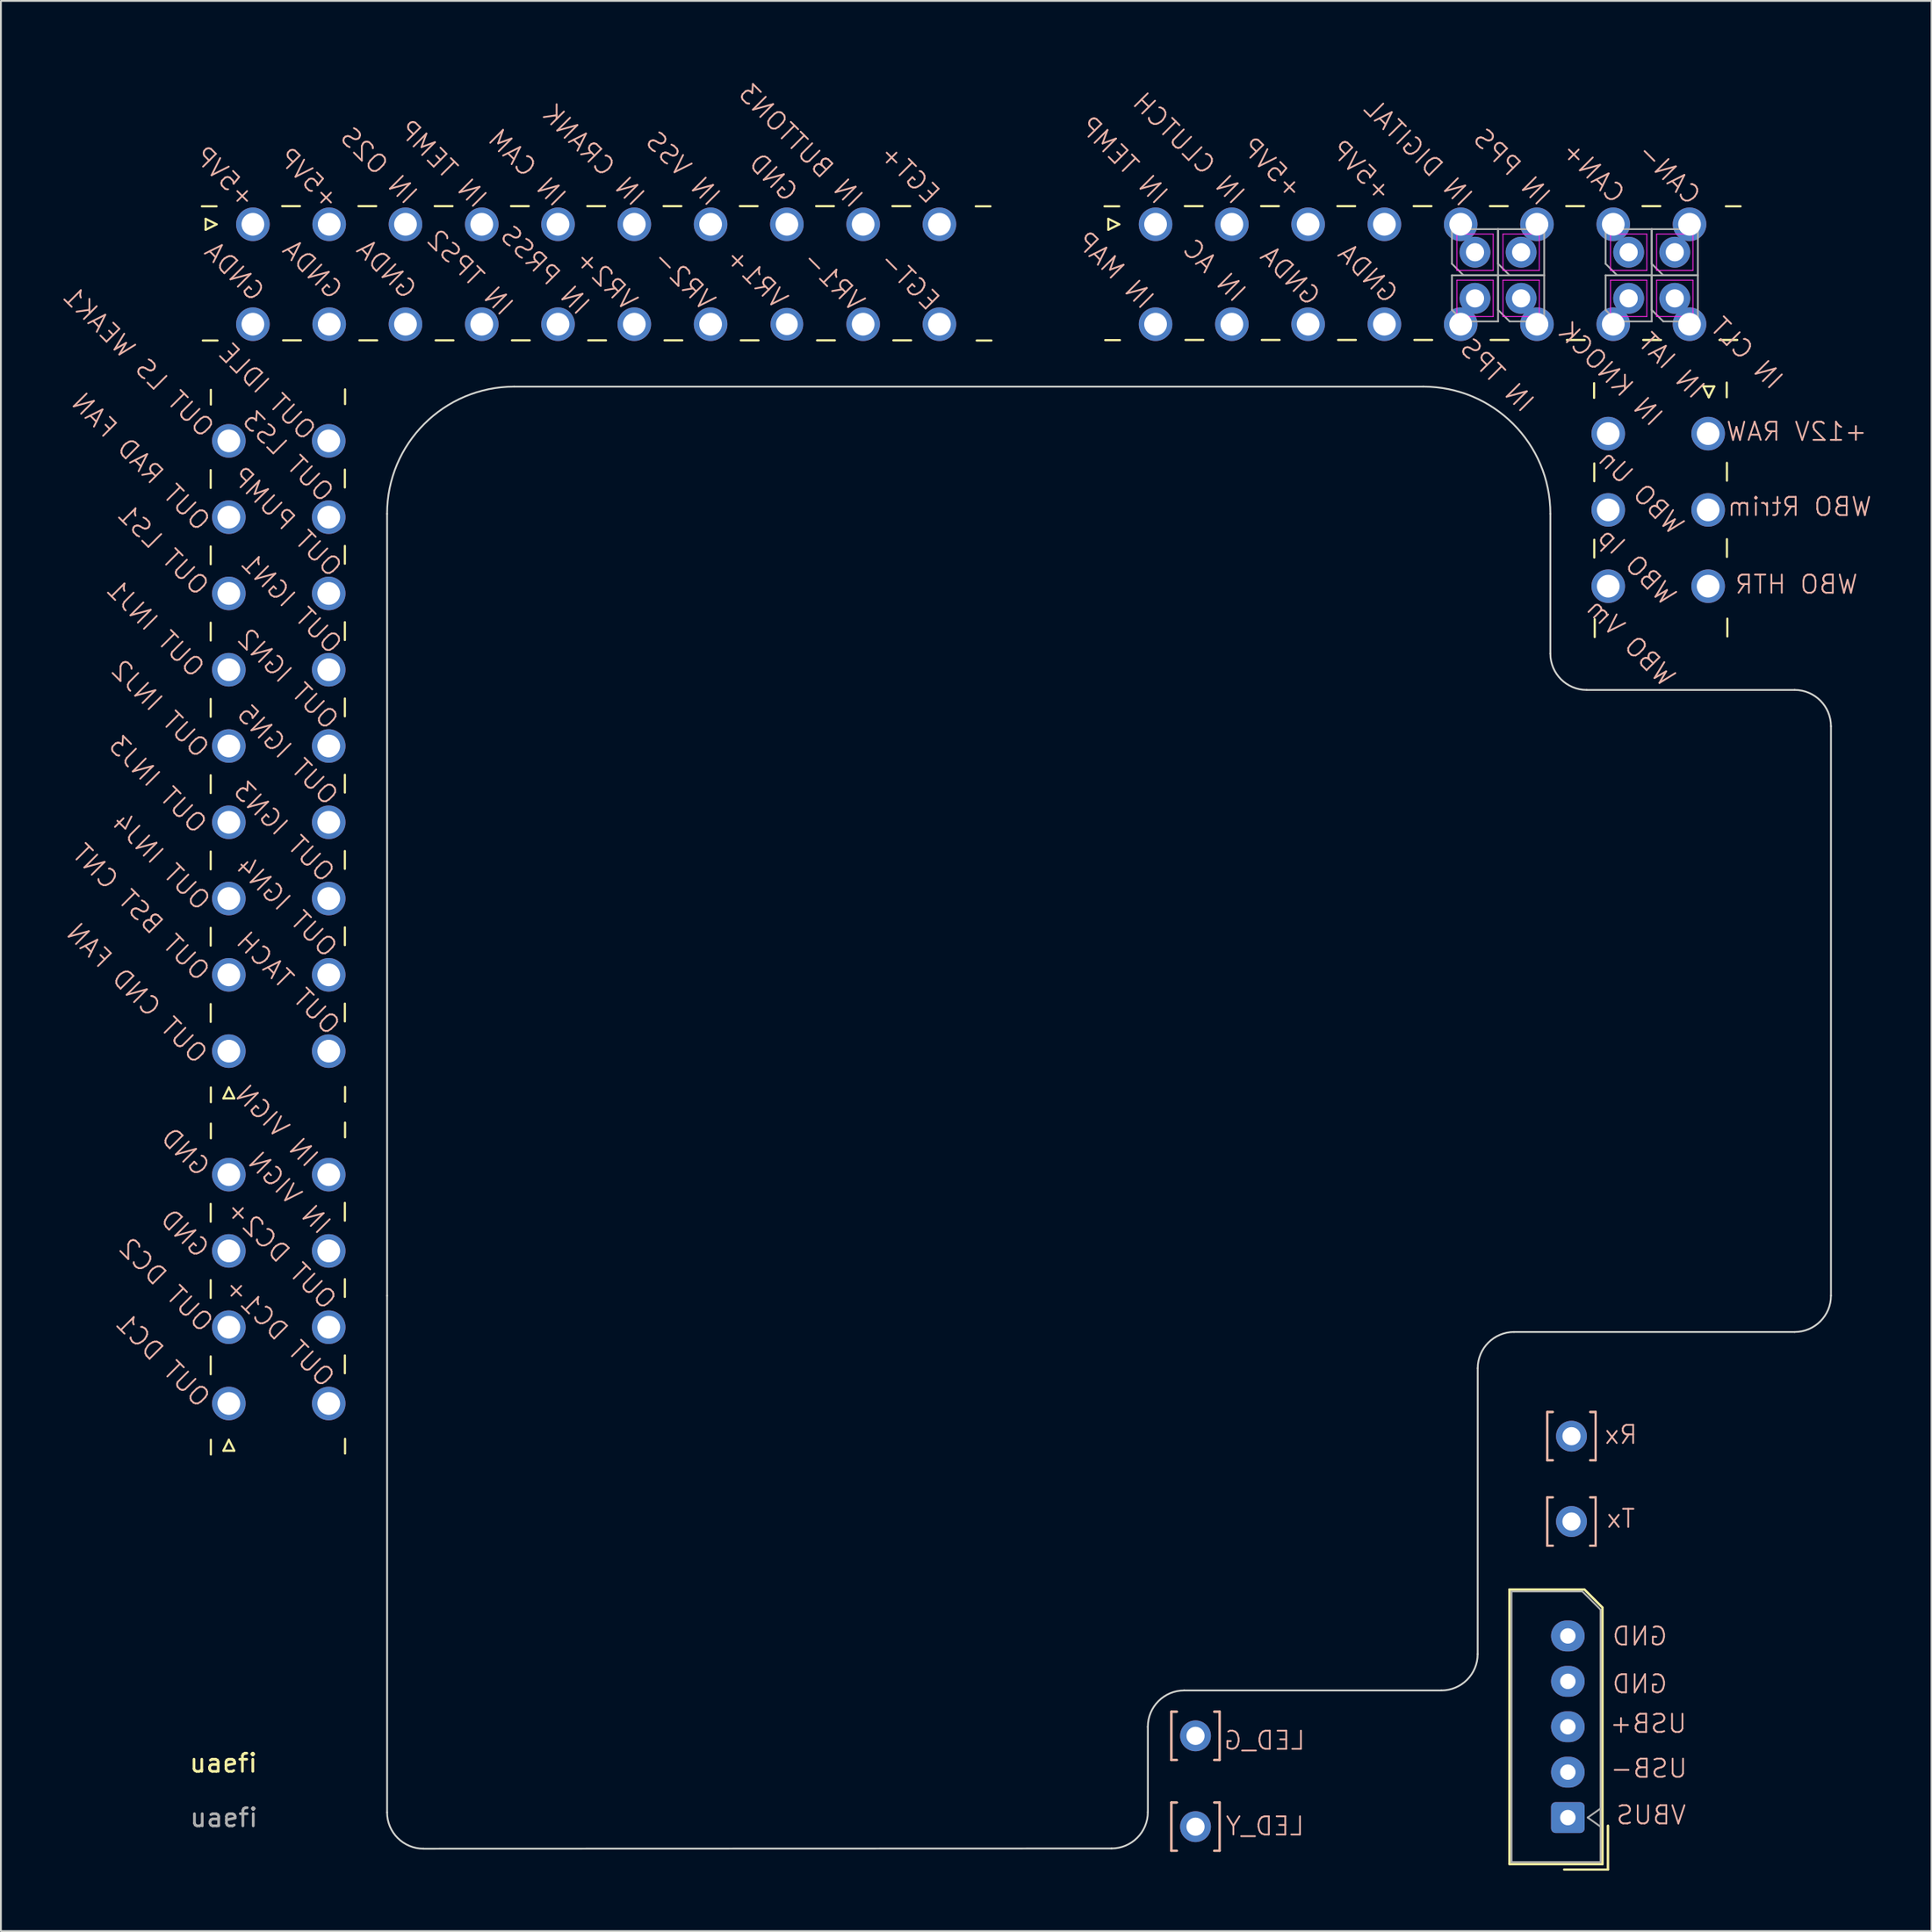
<source format=kicad_pcb>
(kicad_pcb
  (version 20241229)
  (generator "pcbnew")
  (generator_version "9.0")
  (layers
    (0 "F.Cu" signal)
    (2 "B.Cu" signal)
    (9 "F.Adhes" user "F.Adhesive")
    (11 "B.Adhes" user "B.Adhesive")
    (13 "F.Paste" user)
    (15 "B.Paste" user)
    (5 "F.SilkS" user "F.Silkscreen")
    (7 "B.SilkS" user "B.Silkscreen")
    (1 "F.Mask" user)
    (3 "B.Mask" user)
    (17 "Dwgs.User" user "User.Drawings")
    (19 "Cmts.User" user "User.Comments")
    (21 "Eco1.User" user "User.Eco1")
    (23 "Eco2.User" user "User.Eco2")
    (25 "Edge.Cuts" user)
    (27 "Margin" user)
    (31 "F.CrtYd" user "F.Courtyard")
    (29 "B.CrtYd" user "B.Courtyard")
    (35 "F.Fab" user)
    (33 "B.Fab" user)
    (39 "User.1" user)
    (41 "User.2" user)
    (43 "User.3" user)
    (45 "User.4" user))
  (footprint "uaefi"
    (layer "F.Cu")
    (at 0.25 100.025)
    (property "Reference" "uaefi" (at 9 -6 0) (unlocked yes) (layer "F.SilkS") (effects (font (size 1 1) (thickness 0.15))))
    (fp_line (start 8.025 -91.025) (end 8.625 -90.725) (stroke (width 0.12) (type solid)) (layer "F.SilkS"))
    (fp_line (start 8.025 -90.425) (end 8.025 -91.025) (stroke (width 0.12) (type solid)) (layer "F.SilkS"))
    (fp_line (start 8.3 -76.21) (end 8.3 -77.19) (stroke (width 0.12) (type solid)) (layer "F.SilkS"))
    (fp_line (start 8.3 -72.01) (end 8.3 -72.99) (stroke (width 0.12) (type solid)) (layer "F.SilkS"))
    (fp_line (start 8.3 -67.81) (end 8.3 -68.79) (stroke (width 0.12) (type solid)) (layer "F.SilkS"))
    (fp_line (start 8.3 -63.61) (end 8.3 -64.59) (stroke (width 0.12) (type solid)) (layer "F.SilkS"))
    (fp_line (start 8.3 -59.41) (end 8.3 -60.39) (stroke (width 0.12) (type solid)) (layer "F.SilkS"))
    (fp_line (start 8.3 -55.21) (end 8.3 -56.19) (stroke (width 0.12) (type solid)) (layer "F.SilkS"))
    (fp_line (start 8.3 -51.01) (end 8.3 -51.99) (stroke (width 0.12) (type solid)) (layer "F.SilkS"))
    (fp_line (start 8.3 -46.81) (end 8.3 -47.79) (stroke (width 0.12) (type solid)) (layer "F.SilkS"))
    (fp_line (start 8.3 -35.81) (end 8.3 -36.79) (stroke (width 0.12) (type solid)) (layer "F.SilkS"))
    (fp_line (start 8.3 -31.61) (end 8.3 -32.59) (stroke (width 0.12) (type solid)) (layer "F.SilkS"))
    (fp_line (start 8.3 -27.41) (end 8.3 -28.39) (stroke (width 0.12) (type solid)) (layer "F.SilkS"))
    (fp_line (start 8.31 -80.8) (end 8.31 -81.61) (stroke (width 0.12) (type solid)) (layer "F.SilkS"))
    (fp_line (start 8.31 -43.2) (end 8.31 -42.39) (stroke (width 0.12) (type solid)) (layer "F.SilkS"))
    (fp_line (start 8.31 -40.4) (end 8.31 -41.21) (stroke (width 0.12) (type solid)) (layer "F.SilkS"))
    (fp_line (start 8.31 -23.8) (end 8.31 -22.99) (stroke (width 0.12) (type solid)) (layer "F.SilkS"))
    (fp_line (start 8.625 -91.715) (end 7.815 -91.715) (stroke (width 0.12) (type solid)) (layer "F.SilkS"))
    (fp_line (start 8.625 -90.725) (end 8.025 -90.425) (stroke (width 0.12) (type solid)) (layer "F.SilkS"))
    (fp_line (start 8.677 -84.326) (end 7.867 -84.326) (stroke (width 0.12) (type solid)) (layer "F.SilkS"))
    (fp_line (start 9 -42.6) (end 9.3 -43.2) (stroke (width 0.12) (type solid)) (layer "F.SilkS"))
    (fp_line (start 9 -23.2) (end 9.3 -23.8) (stroke (width 0.12) (type solid)) (layer "F.SilkS"))
    (fp_line (start 9.3 -43.2) (end 9.6 -42.6) (stroke (width 0.12) (type solid)) (layer "F.SilkS"))
    (fp_line (start 9.3 -23.8) (end 9.6 -23.2) (stroke (width 0.12) (type solid)) (layer "F.SilkS"))
    (fp_line (start 9.6 -42.6) (end 9 -42.6) (stroke (width 0.12) (type solid)) (layer "F.SilkS"))
    (fp_line (start 9.6 -23.2) (end 9 -23.2) (stroke (width 0.12) (type solid)) (layer "F.SilkS"))
    (fp_line (start 12.235 -91.725) (end 13.215 -91.725) (stroke (width 0.12) (type solid)) (layer "F.SilkS"))
    (fp_line (start 12.287 -84.336) (end 13.267 -84.336) (stroke (width 0.12) (type solid)) (layer "F.SilkS"))
    (fp_line (start 15.689 -35.864) (end 15.689 -36.844) (stroke (width 0.12) (type solid)) (layer "F.SilkS"))
    (fp_line (start 15.689 -31.664) (end 15.689 -32.644) (stroke (width 0.12) (type solid)) (layer "F.SilkS"))
    (fp_line (start 15.689 -27.464) (end 15.689 -28.444) (stroke (width 0.12) (type solid)) (layer "F.SilkS"))
    (fp_line (start 15.689 -76.236) (end 15.689 -77.216) (stroke (width 0.12) (type solid)) (layer "F.SilkS"))
    (fp_line (start 15.689 -72.036) (end 15.689 -73.016) (stroke (width 0.12) (type solid)) (layer "F.SilkS"))
    (fp_line (start 15.689 -67.836) (end 15.689 -68.816) (stroke (width 0.12) (type solid)) (layer "F.SilkS"))
    (fp_line (start 15.689 -63.636) (end 15.689 -64.616) (stroke (width 0.12) (type solid)) (layer "F.SilkS"))
    (fp_line (start 15.689 -59.436) (end 15.689 -60.416) (stroke (width 0.12) (type solid)) (layer "F.SilkS"))
    (fp_line (start 15.689 -55.236) (end 15.689 -56.216) (stroke (width 0.12) (type solid)) (layer "F.SilkS"))
    (fp_line (start 15.689 -51.036) (end 15.689 -52.016) (stroke (width 0.12) (type solid)) (layer "F.SilkS"))
    (fp_line (start 15.689 -46.836) (end 15.689 -47.816) (stroke (width 0.12) (type solid)) (layer "F.SilkS"))
    (fp_line (start 15.699 -40.454) (end 15.699 -41.264) (stroke (width 0.12) (type solid)) (layer "F.SilkS"))
    (fp_line (start 15.699 -23.854) (end 15.699 -23.044) (stroke (width 0.12) (type solid)) (layer "F.SilkS"))
    (fp_line (start 15.699 -80.826) (end 15.699 -81.636) (stroke (width 0.12) (type solid)) (layer "F.SilkS"))
    (fp_line (start 15.699 -43.226) (end 15.699 -42.416) (stroke (width 0.12) (type solid)) (layer "F.SilkS"))
    (fp_line (start 16.435 -91.725) (end 17.415 -91.725) (stroke (width 0.12) (type solid)) (layer "F.SilkS"))
    (fp_line (start 16.487 -84.336) (end 17.467 -84.336) (stroke (width 0.12) (type solid)) (layer "F.SilkS"))
    (fp_line (start 20.635 -91.725) (end 21.615 -91.725) (stroke (width 0.12) (type solid)) (layer "F.SilkS"))
    (fp_line (start 20.687 -84.336) (end 21.667 -84.336) (stroke (width 0.12) (type solid)) (layer "F.SilkS"))
    (fp_line (start 24.835 -91.725) (end 25.815 -91.725) (stroke (width 0.12) (type solid)) (layer "F.SilkS"))
    (fp_line (start 24.887 -84.336) (end 25.867 -84.336) (stroke (width 0.12) (type solid)) (layer "F.SilkS"))
    (fp_line (start 29.035 -91.725) (end 30.015 -91.725) (stroke (width 0.12) (type solid)) (layer "F.SilkS"))
    (fp_line (start 29.087 -84.336) (end 30.067 -84.336) (stroke (width 0.12) (type solid)) (layer "F.SilkS"))
    (fp_line (start 33.235 -91.725) (end 34.215 -91.725) (stroke (width 0.12) (type solid)) (layer "F.SilkS"))
    (fp_line (start 33.287 -84.336) (end 34.267 -84.336) (stroke (width 0.12) (type solid)) (layer "F.SilkS"))
    (fp_line (start 37.435 -91.725) (end 38.415 -91.725) (stroke (width 0.12) (type solid)) (layer "F.SilkS"))
    (fp_line (start 37.487 -84.336) (end 38.467 -84.336) (stroke (width 0.12) (type solid)) (layer "F.SilkS"))
    (fp_line (start 41.635 -91.725) (end 42.615 -91.725) (stroke (width 0.12) (type solid)) (layer "F.SilkS"))
    (fp_line (start 41.687 -84.336) (end 42.667 -84.336) (stroke (width 0.12) (type solid)) (layer "F.SilkS"))
    (fp_line (start 45.835 -91.725) (end 46.815 -91.725) (stroke (width 0.12) (type solid)) (layer "F.SilkS"))
    (fp_line (start 45.887 -84.336) (end 46.867 -84.336) (stroke (width 0.12) (type solid)) (layer "F.SilkS"))
    (fp_line (start 50.425 -91.715) (end 51.235 -91.715) (stroke (width 0.12) (type solid)) (layer "F.SilkS"))
    (fp_line (start 50.477 -84.326) (end 51.287 -84.326) (stroke (width 0.12) (type solid)) (layer "F.SilkS"))
    (fp_line (start 57.725 -91.025) (end 58.325 -90.725) (stroke (width 0.12) (type solid)) (layer "F.SilkS"))
    (fp_line (start 57.725 -90.425) (end 57.725 -91.025) (stroke (width 0.12) (type solid)) (layer "F.SilkS"))
    (fp_line (start 58.325 -91.715) (end 57.515 -91.715) (stroke (width 0.12) (type solid)) (layer "F.SilkS"))
    (fp_line (start 58.325 -90.725) (end 57.725 -90.425) (stroke (width 0.12) (type solid)) (layer "F.SilkS"))
    (fp_line (start 58.364 -84.348) (end 57.554 -84.348) (stroke (width 0.12) (type solid)) (layer "F.SilkS"))
    (fp_line (start 61.195 -8.83) (end 61.195 -6.17) (stroke (width 0.12) (type solid)) (layer "F.SilkS"))
    (fp_line (start 61.195 -3.83) (end 61.195 -1.17) (stroke (width 0.12) (type solid)) (layer "F.SilkS"))
    (fp_line (start 61.49 -6.17) (end 61.195 -6.17) (stroke (width 0.12) (type solid)) (layer "F.SilkS"))
    (fp_line (start 61.49 -1.17) (end 61.195 -1.17) (stroke (width 0.12) (type solid)) (layer "F.SilkS"))
    (fp_line (start 61.501 -8.83) (end 61.195 -8.83) (stroke (width 0.12) (type solid)) (layer "F.SilkS"))
    (fp_line (start 61.501 -3.83) (end 61.195 -3.83) (stroke (width 0.12) (type solid)) (layer "F.SilkS"))
    (fp_line (start 61.935 -91.725) (end 62.915 -91.725) (stroke (width 0.12) (type solid)) (layer "F.SilkS"))
    (fp_line (start 61.974 -84.358) (end 62.954 -84.358) (stroke (width 0.12) (type solid)) (layer "F.SilkS"))
    (fp_line (start 63.549 -6.17) (end 63.855 -6.17) (stroke (width 0.12) (type solid)) (layer "F.SilkS"))
    (fp_line (start 63.549 -1.17) (end 63.855 -1.17) (stroke (width 0.12) (type solid)) (layer "F.SilkS"))
    (fp_line (start 63.561 -8.83) (end 63.855 -8.83) (stroke (width 0.12) (type solid)) (layer "F.SilkS"))
    (fp_line (start 63.561 -3.83) (end 63.855 -3.83) (stroke (width 0.12) (type solid)) (layer "F.SilkS"))
    (fp_line (start 63.855 -6.17) (end 63.855 -8.83) (stroke (width 0.12) (type solid)) (layer "F.SilkS"))
    (fp_line (start 63.855 -1.17) (end 63.855 -3.83) (stroke (width 0.12) (type solid)) (layer "F.SilkS"))
    (fp_line (start 66.135 -91.725) (end 67.115 -91.725) (stroke (width 0.12) (type solid)) (layer "F.SilkS"))
    (fp_line (start 66.174 -84.358) (end 67.154 -84.358) (stroke (width 0.12) (type solid)) (layer "F.SilkS"))
    (fp_line (start 70.335 -91.725) (end 71.315 -91.725) (stroke (width 0.12) (type solid)) (layer "F.SilkS"))
    (fp_line (start 70.374 -84.358) (end 71.354 -84.358) (stroke (width 0.12) (type solid)) (layer "F.SilkS"))
    (fp_line (start 74.535 -91.725) (end 75.515 -91.725) (stroke (width 0.12) (type solid)) (layer "F.SilkS"))
    (fp_line (start 74.574 -84.358) (end 75.554 -84.358) (stroke (width 0.12) (type solid)) (layer "F.SilkS"))
    (fp_line (start 78.735 -91.725) (end 79.715 -91.725) (stroke (width 0.12) (type solid)) (layer "F.SilkS"))
    (fp_line (start 78.774 -84.358) (end 79.754 -84.358) (stroke (width 0.12) (type solid)) (layer "F.SilkS"))
    (fp_line (start 79.815 -15.56) (end 79.815 -0.44) (stroke (width 0.12) (type solid)) (layer "F.SilkS"))
    (fp_line (start 79.815 -15.56) (end 79.815 -0.44) (stroke (width 0.12) (type solid)) (layer "F.SilkS"))
    (fp_line (start 79.815 -0.44) (end 84.935 -0.44) (stroke (width 0.12) (type solid)) (layer "F.SilkS"))
    (fp_line (start 79.815 -0.44) (end 84.935 -0.44) (stroke (width 0.12) (type solid)) (layer "F.SilkS"))
    (fp_line (start 81.895 -25.33) (end 81.895 -22.67) (stroke (width 0.12) (type solid)) (layer "F.SilkS"))
    (fp_line (start 81.895 -20.63) (end 81.895 -17.97) (stroke (width 0.12) (type solid)) (layer "F.SilkS"))
    (fp_line (start 82.19 -22.67) (end 81.895 -22.67) (stroke (width 0.12) (type solid)) (layer "F.SilkS"))
    (fp_line (start 82.19 -17.97) (end 81.895 -17.97) (stroke (width 0.12) (type solid)) (layer "F.SilkS"))
    (fp_line (start 82.201 -25.33) (end 81.895 -25.33) (stroke (width 0.12) (type solid)) (layer "F.SilkS"))
    (fp_line (start 82.201 -20.63) (end 81.895 -20.63) (stroke (width 0.12) (type solid)) (layer "F.SilkS"))
    (fp_line (start 82.825 -0.14) (end 85.235 -0.14) (stroke (width 0.12) (type solid)) (layer "F.SilkS"))
    (fp_line (start 82.825 -0.14) (end 85.235 -0.14) (stroke (width 0.12) (type solid)) (layer "F.SilkS"))
    (fp_line (start 82.935 -91.725) (end 83.915 -91.725) (stroke (width 0.12) (type solid)) (layer "F.SilkS"))
    (fp_line (start 82.974 -84.358) (end 83.954 -84.358) (stroke (width 0.12) (type solid)) (layer "F.SilkS"))
    (fp_line (start 83.935 -15.56) (end 79.815 -15.56) (stroke (width 0.12) (type solid)) (layer "F.SilkS"))
    (fp_line (start 83.935 -15.56) (end 79.815 -15.56) (stroke (width 0.12) (type solid)) (layer "F.SilkS"))
    (fp_line (start 84.249 -22.67) (end 84.555 -22.67) (stroke (width 0.12) (type solid)) (layer "F.SilkS"))
    (fp_line (start 84.249 -17.97) (end 84.555 -17.97) (stroke (width 0.12) (type solid)) (layer "F.SilkS"))
    (fp_line (start 84.261 -25.33) (end 84.555 -25.33) (stroke (width 0.12) (type solid)) (layer "F.SilkS"))
    (fp_line (start 84.261 -20.63) (end 84.555 -20.63) (stroke (width 0.12) (type solid)) (layer "F.SilkS"))
    (fp_line (start 84.47 -81.168) (end 84.47 -81.978) (stroke (width 0.12) (type solid)) (layer "F.SilkS"))
    (fp_line (start 84.48 -77.558) (end 84.48 -76.578) (stroke (width 0.12) (type solid)) (layer "F.SilkS"))
    (fp_line (start 84.48 -73.358) (end 84.48 -72.378) (stroke (width 0.12) (type solid)) (layer "F.SilkS"))
    (fp_line (start 84.504 -68) (end 84.504 -68.98) (stroke (width 0.12) (type solid)) (layer "F.SilkS"))
    (fp_line (start 84.555 -22.67) (end 84.555 -25.33) (stroke (width 0.12) (type solid)) (layer "F.SilkS"))
    (fp_line (start 84.555 -17.97) (end 84.555 -20.63) (stroke (width 0.12) (type solid)) (layer "F.SilkS"))
    (fp_line (start 84.935 -14.56) (end 83.935 -15.56) (stroke (width 0.12) (type solid)) (layer "F.SilkS"))
    (fp_line (start 84.935 -14.56) (end 83.935 -15.56) (stroke (width 0.12) (type solid)) (layer "F.SilkS"))
    (fp_line (start 84.935 -0.44) (end 84.935 -14.56) (stroke (width 0.12) (type solid)) (layer "F.SilkS"))
    (fp_line (start 84.935 -0.44) (end 84.935 -14.56) (stroke (width 0.12) (type solid)) (layer "F.SilkS"))
    (fp_line (start 85.235 -0.14) (end 85.235 -2.55) (stroke (width 0.12) (type solid)) (layer "F.SilkS"))
    (fp_line (start 85.235 -0.14) (end 85.235 -2.55) (stroke (width 0.12) (type solid)) (layer "F.SilkS"))
    (fp_line (start 87.135 -91.725) (end 88.115 -91.725) (stroke (width 0.12) (type solid)) (layer "F.SilkS"))
    (fp_line (start 87.174 -84.358) (end 88.154 -84.358) (stroke (width 0.12) (type solid)) (layer "F.SilkS"))
    (fp_line (start 90.484 -81.8) (end 91.084 -81.8) (stroke (width 0.12) (type solid)) (layer "F.SilkS"))
    (fp_line (start 90.784 -81.2) (end 90.484 -81.8) (stroke (width 0.12) (type solid)) (layer "F.SilkS"))
    (fp_line (start 91.084 -81.8) (end 90.784 -81.2) (stroke (width 0.12) (type solid)) (layer "F.SilkS"))
    (fp_line (start 91.374 -84.358) (end 92.354 -84.358) (stroke (width 0.12) (type solid)) (layer "F.SilkS"))
    (fp_line (start 91.725 -91.715) (end 92.535 -91.715) (stroke (width 0.12) (type solid)) (layer "F.SilkS"))
    (fp_line (start 91.774 -81.2) (end 91.774 -82.01) (stroke (width 0.12) (type solid)) (layer "F.SilkS"))
    (fp_line (start 91.784 -77.59) (end 91.784 -76.61) (stroke (width 0.12) (type solid)) (layer "F.SilkS"))
    (fp_line (start 91.784 -73.39) (end 91.784 -72.41) (stroke (width 0.12) (type solid)) (layer "F.SilkS"))
    (fp_line (start 91.808 -68.032) (end 91.808 -69.012) (stroke (width 0.12) (type solid)) (layer "F.SilkS"))
    (fp_line (start 61.195 -6.17) (end 61.195 -8.83) (stroke (width 0.12) (type solid)) (layer "B.SilkS"))
    (fp_line (start 61.195 -1.17) (end 61.195 -3.83) (stroke (width 0.12) (type solid)) (layer "B.SilkS"))
    (fp_line (start 61.49 -8.83) (end 61.195 -8.83) (stroke (width 0.12) (type solid)) (layer "B.SilkS"))
    (fp_line (start 61.49 -3.83) (end 61.195 -3.83) (stroke (width 0.12) (type solid)) (layer "B.SilkS"))
    (fp_line (start 61.501 -6.17) (end 61.195 -6.17) (stroke (width 0.12) (type solid)) (layer "B.SilkS"))
    (fp_line (start 61.501 -1.17) (end 61.195 -1.17) (stroke (width 0.12) (type solid)) (layer "B.SilkS"))
    (fp_line (start 63.549 -8.83) (end 63.855 -8.83) (stroke (width 0.12) (type solid)) (layer "B.SilkS"))
    (fp_line (start 63.549 -3.83) (end 63.855 -3.83) (stroke (width 0.12) (type solid)) (layer "B.SilkS"))
    (fp_line (start 63.561 -6.17) (end 63.855 -6.17) (stroke (width 0.12) (type solid)) (layer "B.SilkS"))
    (fp_line (start 63.561 -1.17) (end 63.855 -1.17) (stroke (width 0.12) (type solid)) (layer "B.SilkS"))
    (fp_line (start 63.855 -8.83) (end 63.855 -6.17) (stroke (width 0.12) (type solid)) (layer "B.SilkS"))
    (fp_line (start 63.855 -3.83) (end 63.855 -1.17) (stroke (width 0.12) (type solid)) (layer "B.SilkS"))
    (fp_line (start 81.895 -22.67) (end 81.895 -25.33) (stroke (width 0.12) (type solid)) (layer "B.SilkS"))
    (fp_line (start 81.895 -17.97) (end 81.895 -20.63) (stroke (width 0.12) (type solid)) (layer "B.SilkS"))
    (fp_line (start 82.19 -25.33) (end 81.895 -25.33) (stroke (width 0.12) (type solid)) (layer "B.SilkS"))
    (fp_line (start 82.19 -20.63) (end 81.895 -20.63) (stroke (width 0.12) (type solid)) (layer "B.SilkS"))
    (fp_line (start 82.201 -22.67) (end 81.895 -22.67) (stroke (width 0.12) (type solid)) (layer "B.SilkS"))
    (fp_line (start 82.201 -17.97) (end 81.895 -17.97) (stroke (width 0.12) (type solid)) (layer "B.SilkS"))
    (fp_line (start 84.249 -25.33) (end 84.555 -25.33) (stroke (width 0.12) (type solid)) (layer "B.SilkS"))
    (fp_line (start 84.249 -20.63) (end 84.555 -20.63) (stroke (width 0.12) (type solid)) (layer "B.SilkS"))
    (fp_line (start 84.261 -22.67) (end 84.555 -22.67) (stroke (width 0.12) (type solid)) (layer "B.SilkS"))
    (fp_line (start 84.261 -17.97) (end 84.555 -17.97) (stroke (width 0.12) (type solid)) (layer "B.SilkS"))
    (fp_line (start 84.555 -25.33) (end 84.555 -22.67) (stroke (width 0.12) (type solid)) (layer "B.SilkS"))
    (fp_line (start 84.555 -20.63) (end 84.555 -17.97) (stroke (width 0.12) (type solid)) (layer "B.SilkS"))
    (fp_line (start 18.013 -31.737) (end 18.013 -74.787) (stroke (width 0.1) (type default)) (layer "Edge.Cuts"))
    (fp_line (start 18.013 -31.737) (end 18.013 -3.287) (stroke (width 0.1) (type default)) (layer "Edge.Cuts"))
    (fp_line (start 57.9 -1.3) (end 20.013 -1.287) (stroke (width 0.1) (type default)) (layer "Edge.Cuts"))
    (fp_line (start 59.9 -3.3) (end 59.9 -8) (stroke (width 0.1) (type default)) (layer "Edge.Cuts"))
    (fp_line (start 61.9 -10) (end 76.06 -10) (stroke (width 0.1) (type default)) (layer "Edge.Cuts"))
    (fp_line (start 75.063 -81.787) (end 25.013 -81.787) (stroke (width 0.1) (type default)) (layer "Edge.Cuts"))
    (fp_line (start 78.063 -27.737) (end 78.06 -12) (stroke (width 0.1) (type default)) (layer "Edge.Cuts"))
    (fp_line (start 80.063 -29.737) (end 95.513 -29.737) (stroke (width 0.1) (type default)) (layer "Edge.Cuts"))
    (fp_line (start 82.063 -74.787) (end 82.063 -67.087) (stroke (width 0.1) (type default)) (layer "Edge.Cuts"))
    (fp_line (start 95.513 -65.087) (end 84.063 -65.087) (stroke (width 0.1) (type default)) (layer "Edge.Cuts"))
    (fp_line (start 97.513 -31.737) (end 97.513 -63.087) (stroke (width 0.1) (type default)) (layer "Edge.Cuts"))
    (fp_arc (start 18.012562 -74.787438) (mid 20.062815 -79.737185) (end 25.012563 -81.787437) (stroke (width 0.1) (type solid)) (layer "Edge.Cuts"))
    (fp_arc (start 20.012563 -1.287437) (mid 18.59835 -1.873224) (end 18.012563 -3.287437) (stroke (width 0.1) (type default)) (layer "Edge.Cuts"))
    (fp_arc (start 59.899911 -8.00008) (mid 60.485719 -9.414272) (end 61.899911 -10.00008) (stroke (width 0.1) (type default)) (layer "Edge.Cuts"))
    (fp_arc (start 59.9 -3.3) (mid 59.314192 -1.885808) (end 57.9 -1.3) (stroke (width 0.1) (type default)) (layer "Edge.Cuts"))
    (fp_arc (start 75.062815 -81.787437) (mid 80.012612 -79.73722) (end 82.062814 -74.787436) (stroke (width 0.1) (type solid)) (layer "Edge.Cuts"))
    (fp_arc (start 78.060074 -11.999926) (mid 77.474266 -10.585734) (end 76.060074 -9.999926) (stroke (width 0.1) (type default)) (layer "Edge.Cuts"))
    (fp_arc (start 78.062811 -27.73718) (mid 78.648619 -29.151383) (end 80.062811 -29.73718) (stroke (width 0.1) (type default)) (layer "Edge.Cuts"))
    (fp_arc (start 84.062814 -65.087437) (mid 82.648592 -65.673201) (end 82.062814 -67.087437) (stroke (width 0.1) (type default)) (layer "Edge.Cuts"))
    (fp_arc (start 95.512563 -65.087437) (mid 96.926766 -64.50164) (end 97.512563 -63.087437) (stroke (width 0.1) (type default)) (layer "Edge.Cuts"))
    (fp_arc (start 97.512563 -31.73718) (mid 96.926801 -30.322937) (end 95.512563 -29.73718) (stroke (width 0.1) (type default)) (layer "Edge.Cuts"))
    (fp_line (start 76.913 -90.187) (end 76.913 -88.187) (stroke (width 0.05) (type solid)) (layer "F.CrtYd"))
    (fp_line (start 76.913 -88.187) (end 78.913 -88.187) (stroke (width 0.05) (type solid)) (layer "F.CrtYd"))
    (fp_line (start 76.913 -87.647) (end 76.913 -85.647) (stroke (width 0.05) (type solid)) (layer "F.CrtYd"))
    (fp_line (start 76.913 -85.647) (end 78.913 -85.647) (stroke (width 0.05) (type solid)) (layer "F.CrtYd"))
    (fp_line (start 78.913 -90.187) (end 76.913 -90.187) (stroke (width 0.05) (type solid)) (layer "F.CrtYd"))
    (fp_line (start 78.913 -88.187) (end 78.913 -90.187) (stroke (width 0.05) (type solid)) (layer "F.CrtYd"))
    (fp_line (start 78.913 -87.647) (end 76.913 -87.647) (stroke (width 0.05) (type solid)) (layer "F.CrtYd"))
    (fp_line (start 78.913 -85.647) (end 78.913 -87.647) (stroke (width 0.05) (type solid)) (layer "F.CrtYd"))
    (fp_line (start 79.453 -90.187) (end 79.453 -88.187) (stroke (width 0.05) (type solid)) (layer "F.CrtYd"))
    (fp_line (start 79.453 -88.187) (end 81.453 -88.187) (stroke (width 0.05) (type solid)) (layer "F.CrtYd"))
    (fp_line (start 79.453 -87.647) (end 79.453 -85.647) (stroke (width 0.05) (type solid)) (layer "F.CrtYd"))
    (fp_line (start 79.453 -85.647) (end 81.453 -85.647) (stroke (width 0.05) (type solid)) (layer "F.CrtYd"))
    (fp_line (start 81.453 -90.187) (end 79.453 -90.187) (stroke (width 0.05) (type solid)) (layer "F.CrtYd"))
    (fp_line (start 81.453 -88.187) (end 81.453 -90.187) (stroke (width 0.05) (type solid)) (layer "F.CrtYd"))
    (fp_line (start 81.453 -87.647) (end 79.453 -87.647) (stroke (width 0.05) (type solid)) (layer "F.CrtYd"))
    (fp_line (start 81.453 -85.647) (end 81.453 -87.647) (stroke (width 0.05) (type solid)) (layer "F.CrtYd"))
    (fp_line (start 85.373 -90.187) (end 85.373 -88.187) (stroke (width 0.05) (type solid)) (layer "F.CrtYd"))
    (fp_line (start 85.373 -88.187) (end 87.373 -88.187) (stroke (width 0.05) (type solid)) (layer "F.CrtYd"))
    (fp_line (start 85.373 -87.647) (end 85.373 -85.647) (stroke (width 0.05) (type solid)) (layer "F.CrtYd"))
    (fp_line (start 85.373 -85.647) (end 87.373 -85.647) (stroke (width 0.05) (type solid)) (layer "F.CrtYd"))
    (fp_line (start 87.373 -90.187) (end 85.373 -90.187) (stroke (width 0.05) (type solid)) (layer "F.CrtYd"))
    (fp_line (start 87.373 -88.187) (end 87.373 -90.187) (stroke (width 0.05) (type solid)) (layer "F.CrtYd"))
    (fp_line (start 87.373 -87.647) (end 85.373 -87.647) (stroke (width 0.05) (type solid)) (layer "F.CrtYd"))
    (fp_line (start 87.373 -85.647) (end 87.373 -87.647) (stroke (width 0.05) (type solid)) (layer "F.CrtYd"))
    (fp_line (start 87.913 -90.187) (end 87.913 -88.187) (stroke (width 0.05) (type solid)) (layer "F.CrtYd"))
    (fp_line (start 87.913 -88.187) (end 89.913 -88.187) (stroke (width 0.05) (type solid)) (layer "F.CrtYd"))
    (fp_line (start 87.913 -87.647) (end 87.913 -85.647) (stroke (width 0.05) (type solid)) (layer "F.CrtYd"))
    (fp_line (start 87.913 -85.647) (end 89.913 -85.647) (stroke (width 0.05) (type solid)) (layer "F.CrtYd"))
    (fp_line (start 89.913 -90.187) (end 87.913 -90.187) (stroke (width 0.05) (type solid)) (layer "F.CrtYd"))
    (fp_line (start 89.913 -88.187) (end 89.913 -90.187) (stroke (width 0.05) (type solid)) (layer "F.CrtYd"))
    (fp_line (start 89.913 -87.647) (end 87.913 -87.647) (stroke (width 0.05) (type solid)) (layer "F.CrtYd"))
    (fp_line (start 89.913 -85.647) (end 89.913 -87.647) (stroke (width 0.05) (type solid)) (layer "F.CrtYd"))
    (fp_line (start 76.643 -90.457) (end 79.183 -90.457) (stroke (width 0.1) (type solid)) (layer "F.Fab"))
    (fp_line (start 76.643 -88.552) (end 76.643 -90.457) (stroke (width 0.1) (type solid)) (layer "F.Fab"))
    (fp_line (start 76.643 -87.917) (end 79.183 -87.917) (stroke (width 0.1) (type solid)) (layer "F.Fab"))
    (fp_line (start 76.643 -86.012) (end 76.643 -87.917) (stroke (width 0.1) (type solid)) (layer "F.Fab"))
    (fp_line (start 77.278 -87.917) (end 76.643 -88.552) (stroke (width 0.1) (type solid)) (layer "F.Fab"))
    (fp_line (start 77.278 -85.377) (end 76.643 -86.012) (stroke (width 0.1) (type solid)) (layer "F.Fab"))
    (fp_line (start 79.183 -90.457) (end 79.183 -87.917) (stroke (width 0.1) (type solid)) (layer "F.Fab"))
    (fp_line (start 79.183 -90.457) (end 81.723 -90.457) (stroke (width 0.1) (type solid)) (layer "F.Fab"))
    (fp_line (start 79.183 -88.552) (end 79.183 -90.457) (stroke (width 0.1) (type solid)) (layer "F.Fab"))
    (fp_line (start 79.183 -87.917) (end 77.278 -87.917) (stroke (width 0.1) (type solid)) (layer "F.Fab"))
    (fp_line (start 79.183 -87.917) (end 79.183 -85.377) (stroke (width 0.1) (type solid)) (layer "F.Fab"))
    (fp_line (start 79.183 -87.917) (end 81.723 -87.917) (stroke (width 0.1) (type solid)) (layer "F.Fab"))
    (fp_line (start 79.183 -86.012) (end 79.183 -87.917) (stroke (width 0.1) (type solid)) (layer "F.Fab"))
    (fp_line (start 79.183 -85.377) (end 77.278 -85.377) (stroke (width 0.1) (type solid)) (layer "F.Fab"))
    (fp_line (start 79.818 -87.917) (end 79.183 -88.552) (stroke (width 0.1) (type solid)) (layer "F.Fab"))
    (fp_line (start 79.818 -85.377) (end 79.183 -86.012) (stroke (width 0.1) (type solid)) (layer "F.Fab"))
    (fp_line (start 79.925 -15.45) (end 79.925 -0.55) (stroke (width 0.1) (type solid)) (layer "F.Fab"))
    (fp_line (start 79.925 -0.55) (end 84.825 -0.55) (stroke (width 0.1) (type solid)) (layer "F.Fab"))
    (fp_line (start 81.723 -90.457) (end 81.723 -87.917) (stroke (width 0.1) (type solid)) (layer "F.Fab"))
    (fp_line (start 81.723 -87.917) (end 79.818 -87.917) (stroke (width 0.1) (type solid)) (layer "F.Fab"))
    (fp_line (start 81.723 -87.917) (end 81.723 -85.377) (stroke (width 0.1) (type solid)) (layer "F.Fab"))
    (fp_line (start 81.723 -85.377) (end 79.818 -85.377) (stroke (width 0.1) (type solid)) (layer "F.Fab"))
    (fp_line (start 83.825 -15.45) (end 79.925 -15.45) (stroke (width 0.1) (type solid)) (layer "F.Fab"))
    (fp_line (start 84.118 -3) (end 84.825 -3.5) (stroke (width 0.1) (type solid)) (layer "F.Fab"))
    (fp_line (start 84.825 -14.45) (end 83.825 -15.45) (stroke (width 0.1) (type solid)) (layer "F.Fab"))
    (fp_line (start 84.825 -2.5) (end 84.118 -3) (stroke (width 0.1) (type solid)) (layer "F.Fab"))
    (fp_line (start 84.825 -0.55) (end 84.825 -14.45) (stroke (width 0.1) (type solid)) (layer "F.Fab"))
    (fp_line (start 85.103 -90.457) (end 87.643 -90.457) (stroke (width 0.1) (type solid)) (layer "F.Fab"))
    (fp_line (start 85.103 -88.552) (end 85.103 -90.457) (stroke (width 0.1) (type solid)) (layer "F.Fab"))
    (fp_line (start 85.103 -87.917) (end 87.643 -87.917) (stroke (width 0.1) (type solid)) (layer "F.Fab"))
    (fp_line (start 85.103 -86.012) (end 85.103 -87.917) (stroke (width 0.1) (type solid)) (layer "F.Fab"))
    (fp_line (start 85.738 -87.917) (end 85.103 -88.552) (stroke (width 0.1) (type solid)) (layer "F.Fab"))
    (fp_line (start 85.738 -85.377) (end 85.103 -86.012) (stroke (width 0.1) (type solid)) (layer "F.Fab"))
    (fp_line (start 87.643 -90.457) (end 87.643 -87.917) (stroke (width 0.1) (type solid)) (layer "F.Fab"))
    (fp_line (start 87.643 -90.457) (end 90.183 -90.457) (stroke (width 0.1) (type solid)) (layer "F.Fab"))
    (fp_line (start 87.643 -88.552) (end 87.643 -90.457) (stroke (width 0.1) (type solid)) (layer "F.Fab"))
    (fp_line (start 87.643 -87.917) (end 85.738 -87.917) (stroke (width 0.1) (type solid)) (layer "F.Fab"))
    (fp_line (start 87.643 -87.917) (end 87.643 -85.377) (stroke (width 0.1) (type solid)) (layer "F.Fab"))
    (fp_line (start 87.643 -87.917) (end 90.183 -87.917) (stroke (width 0.1) (type solid)) (layer "F.Fab"))
    (fp_line (start 87.643 -86.012) (end 87.643 -87.917) (stroke (width 0.1) (type solid)) (layer "F.Fab"))
    (fp_line (start 87.643 -85.377) (end 85.738 -85.377) (stroke (width 0.1) (type solid)) (layer "F.Fab"))
    (fp_line (start 88.278 -87.917) (end 87.643 -88.552) (stroke (width 0.1) (type solid)) (layer "F.Fab"))
    (fp_line (start 88.278 -85.377) (end 87.643 -86.012) (stroke (width 0.1) (type solid)) (layer "F.Fab"))
    (fp_line (start 90.183 -90.457) (end 90.183 -87.917) (stroke (width 0.1) (type solid)) (layer "F.Fab"))
    (fp_line (start 90.183 -87.917) (end 88.278 -87.917) (stroke (width 0.1) (type solid)) (layer "F.Fab"))
    (fp_line (start 90.183 -87.917) (end 90.183 -85.377) (stroke (width 0.1) (type solid)) (layer "F.Fab"))
    (fp_line (start 90.183 -85.377) (end 88.278 -85.377) (stroke (width 0.1) (type solid)) (layer "F.Fab"))
    (fp_line (start 0 -96.475) (end 0 -3.475) (stroke (width 0.1) (type default)) (layer "User.1"))
    (fp_line (start 3.5 0.025) (end 96.5 0.025) (stroke (width 0.1) (type default)) (layer "User.1"))
    (fp_line (start 96.5 -99.975) (end 3.5 -99.975) (stroke (width 0.1) (type default)) (layer "User.1"))
    (fp_line (start 100 -3.475) (end 100 -96.475) (stroke (width 0.1) (type default)) (layer "User.1"))
    (fp_arc (start 0 -96.474874) (mid 1.025128 -98.949746) (end 3.5 -99.974874) (stroke (width 0.1) (type default)) (layer "User.1"))
    (fp_arc (start 3.5 0.025126) (mid 1.025128 -1.000002) (end 0 -3.474874) (stroke (width 0.1) (type default)) (layer "User.1"))
    (fp_arc (start 96.5 -99.974874) (mid 98.974877 -98.949751) (end 100 -96.474874) (stroke (width 0.1) (type default)) (layer "User.1"))
    (fp_arc (start 100 -3.474874) (mid 98.97487 -1.000005) (end 96.5 0.025126) (stroke (width 0.1) (type default)) (layer "User.1"))
    (fp_text user "WBO Rtrim" (at 99.824 -74.59 0) (unlocked yes) (layer "B.SilkS") (effects (font (size 1 1) (thickness 0.1)) (justify left bottom mirror)))
    (fp_text user "OUT IGN1" (at 14.884 -66.884 315) (unlocked yes) (layer "B.SilkS") (effects (font (size 1 1) (thickness 0.1)) (justify left bottom mirror)))
    (fp_text user "IN KNOCK" (at 87.605 -79.415 315) (unlocked yes) (layer "B.SilkS") (effects (font (size 1 1) (thickness 0.1)) (justify left bottom mirror)))
    (fp_text user "WBO Un" (at 88.774 -73.439 315) (unlocked yes) (layer "B.SilkS") (effects (font (size 1 1) (thickness 0.1)) (justify left bottom mirror)))
    (fp_text user "OUT CND FAN" (at 7.472 -44.328 315) (unlocked yes) (layer "B.SilkS") (effects (font (size 1 1) (thickness 0.1)) (justify left bottom mirror)))
    (fp_text user "EGT-" (at 47.79 -85.783 315) (unlocked yes) (layer "B.SilkS") (effects (font (size 1 1) (thickness 0.1)) (justify left bottom mirror)))
    (fp_text user "+5VP" (at 67.82 -91.931 315) (unlocked yes) (layer "B.SilkS") (effects (font (size 1 1) (thickness 0.1)) (justify left bottom mirror)))
    (fp_text user "OUT DC1" (at 7.62 -25.4 315) (unlocked yes) (layer "B.SilkS") (effects (font (size 1 1) (thickness 0.1)) (justify left bottom mirror)))
    (fp_text user "IN CLUTCH" (at 64.595 -91.636 315) (unlocked yes) (layer "B.SilkS") (effects (font (size 1 1) (thickness 0.1)) (justify left bottom mirror)))
    (fp_text user "IN PPS" (at 81.417 -91.568 315) (unlocked yes) (layer "B.SilkS") (effects (font (size 1 1) (thickness 0.1)) (justify left bottom mirror)))
    (fp_text user "EGT+" (at 47.799 -91.671 315) (unlocked yes) (layer "B.SilkS") (effects (font (size 1 1) (thickness 0.1)) (justify left bottom mirror)))
    (fp_text user "OUT BST CNT" (at 7.6 -48.883 315) (unlocked yes) (layer "B.SilkS") (effects (font (size 1 1) (thickness 0.1)) (justify left bottom mirror)))
    (fp_text user "IN O2S" (at 19.037 -91.639 315) (unlocked yes) (layer "B.SilkS") (effects (font (size 1 1) (thickness 0.1)) (justify left bottom mirror)))
    (fp_text user "GNDA" (at 14.924 -86.386 315) (unlocked yes) (layer "B.SilkS") (effects (font (size 1 1) (thickness 0.1)) (justify left bottom mirror)))
    (fp_text user "OUT TACH" (at 14.774 -45.908 315) (unlocked yes) (layer "B.SilkS") (effects (font (size 1 1) (thickness 0.1)) (justify left bottom mirror)))
    (fp_text user "OUT LS1" (at 7.552 -70.1 315) (unlocked yes) (layer "B.SilkS") (effects (font (size 1 1) (thickness 0.1)) (justify left bottom mirror)))
    (fp_text user "OUT INJ4" (at 7.632 -52.764 315) (unlocked yes) (layer "B.SilkS") (effects (font (size 1 1) (thickness 0.1)) (justify left bottom mirror)))
    (fp_text user "IN CLT" (at 94.224 -81.447 315) (unlocked yes) (layer "B.SilkS") (effects (font (size 1 1) (thickness 0.1)) (justify left bottom mirror)))
    (fp_text user "VR1-" (at 43.652 -85.735 315) (unlocked yes) (layer "B.SilkS") (effects (font (size 1 1) (thickness 0.1)) (justify left bottom mirror)))
    (fp_text user "USB-" (at 89.67 -5.118 0) (unlocked yes) (layer "B.SilkS") (effects (font (size 1 1) (thickness 0.1)) (justify left bottom mirror)))
    (fp_text user "+12V RAW" (at 99.567 -78.728 0) (unlocked yes) (layer "B.SilkS") (effects (font (size 1 1) (thickness 0.1)) (justify left bottom mirror)))
    (fp_text user "VR2-" (at 35.425 -85.783 315) (unlocked yes) (layer "B.SilkS") (effects (font (size 1 1) (thickness 0.1)) (justify left bottom mirror)))
    (fp_text user "IN VSS" (at 35.715 -91.542 315) (unlocked yes) (layer "B.SilkS") (effects (font (size 1 1) (thickness 0.1)) (justify left bottom mirror)))
    (fp_text user "OUT IGN3" (at 14.48 -54.32 315) (unlocked yes) (layer "B.SilkS") (effects (font (size 1 1) (thickness 0.1)) (justify left bottom mirror)))
    (fp_text user "Rx" (at 86.925 -23.495 0) (unlocked yes) (layer "B.SilkS") (effects (font (size 1 1) (thickness 0.1)) (justify left bottom mirror)))
    (fp_text user "VR1+" (at 39.419 -85.879 315) (unlocked yes) (layer "B.SilkS") (effects (font (size 1 1) (thickness 0.1)) (justify left bottom mirror)))
    (fp_text user "Tx" (at 86.797 -18.877 0) (unlocked yes) (layer "B.SilkS") (effects (font (size 1 1) (thickness 0.1)) (justify left bottom mirror)))
    (fp_text user "USB+" (at 89.638 -7.588 0) (unlocked yes) (layer "B.SilkS") (effects (font (size 1 1) (thickness 0.1)) (justify left bottom mirror)))
    (fp_text user "LED_Y" (at 68.58 -1.943 0) (unlocked yes) (layer "B.SilkS") (effects (font (size 1 1) (thickness 0.1)) (justify left bottom mirror)))
    (fp_text user "+5VP" (at 10.16 -91.44 315) (unlocked yes) (layer "B.SilkS") (effects (font (size 1 1) (thickness 0.1)) (justify left bottom mirror)))
    (fp_text user "CAN-" (at 89.7 -91.59 315) (unlocked yes) (layer "B.SilkS") (effects (font (size 1 1) (thickness 0.1)) (justify left bottom mirror)))
    (fp_text user "CAN+" (at 85.531 -91.675 315) (unlocked yes) (layer "B.SilkS") (effects (font (size 1 1) (thickness 0.1)) (justify left bottom mirror)))
    (fp_text user "IN TEMP" (at 60.359 -91.64 315) (unlocked yes) (layer "B.SilkS") (effects (font (size 1 1) (thickness 0.1)) (justify left bottom mirror)))
    (fp_text user "OUT IGN2" (at 14.689 -62.725 315) (unlocked yes) (layer "B.SilkS") (effects (font (size 1 1) (thickness 0.1)) (justify left bottom mirror)))
    (fp_text user "GNDA" (at 18.999 -86.403 315) (unlocked yes) (layer "B.SilkS") (effects (font (size 1 1) (thickness 0.1)) (justify left bottom mirror)))
    (fp_text user "GND" (at 88.579 -9.769 0) (unlocked yes) (layer "B.SilkS") (effects (font (size 1 1) (thickness 0.1)) (justify left bottom mirror)))
    (fp_text user "OUT PUMP" (at 14.881 -71.124 315) (unlocked yes) (layer "B.SilkS") (effects (font (size 1 1) (thickness 0.1)) (justify left bottom mirror)))
    (fp_text user "GNDA" (at 68.756 -86.039 315) (unlocked yes) (layer "B.SilkS") (effects (font (size 1 1) (thickness 0.1)) (justify left bottom mirror)))
    (fp_text user "IN CRANK" (at 31.546 -91.542 315) (unlocked yes) (layer "B.SilkS") (effects (font (size 1 1) (thickness 0.1)) (justify left bottom mirror)))
    (fp_text user "IN AC" (at 64.655 -86.253 315) (unlocked yes) (layer "B.SilkS") (effects (font (size 1 1) (thickness 0.1)) (justify left bottom mirror)))
    (fp_text user "IN BUTTON3" (at 43.565 -91.446 315) (unlocked yes) (layer "B.SilkS") (effects (font (size 1 1) (thickness 0.1)) (justify left bottom mirror)))
    (fp_text user "IN PRSS" (at 28.526 -85.547 315) (unlocked yes) (layer "B.SilkS") (effects (font (size 1 1) (thickness 0.1)) (justify left bottom mirror)))
    (fp_text user "OUT DC2+" (at 14.576 -30.794 315) (unlocked yes) (layer "B.SilkS") (effects (font (size 1 1) (thickness 0.1)) (justify left bottom mirror)))
    (fp_text user "OUT INJ3" (at 7.44 -56.997 315) (unlocked yes) (layer "B.SilkS") (effects (font (size 1 1) (thickness 0.1)) (justify left bottom mirror)))
    (fp_text user "IN TPS" (at 80.519 -80.185 315) (unlocked yes) (layer "B.SilkS") (effects (font (size 1 1) (thickness 0.1)) (justify left bottom mirror)))
    (fp_text user "VBUS" (at 89.606 -2.552 0) (unlocked yes) (layer "B.SilkS") (effects (font (size 1 1) (thickness 0.1)) (justify left bottom mirror)))
    (fp_text user "OUT LS WEAK1" (at 7.841 -78.808 315) (unlocked yes) (layer "B.SilkS") (effects (font (size 1 1) (thickness 0.1)) (justify left bottom mirror)))
    (fp_text user "GNDA" (at 10.626 -86.279 315) (unlocked yes) (layer "B.SilkS") (effects (font (size 1 1) (thickness 0.1)) (justify left bottom mirror)))
    (fp_text user "IN TPS2" (at 24.314 -85.505 315) (unlocked yes) (layer "B.SilkS") (effects (font (size 1 1) (thickness 0.1)) (justify left bottom mirror)))
    (fp_text user "IN VIGN" (at 14.272 -34.931 315) (unlocked yes) (layer "B.SilkS") (effects (font (size 1 1) (thickness 0.1)) (justify left bottom mirror)))
    (fp_text user "OUT IDLE" (at 13.448 -78.651 315) (unlocked yes) (layer "B.SilkS") (effects (font (size 1 1) (thickness 0.1)) (justify left bottom mirror)))
    (fp_text user "WBO Vm" (at 88.293 -65.068 315) (unlocked yes) (layer "B.SilkS") (effects (font (size 1 1) (thickness 0.1)) (justify left bottom mirror)))
    (fp_text user "IN MAP" (at 59.593 -85.869 315) (unlocked yes) (layer "B.SilkS") (effects (font (size 1 1) (thickness 0.1)) (justify left bottom mirror)))
    (fp_text user "GND" (at 7.582 -33.616 315) (unlocked yes) (layer "B.SilkS") (effects (font (size 1 1) (thickness 0.1)) (justify left bottom mirror)))
    (fp_text user "OUT RAD FAN" (at 7.62 -73.66 315) (unlocked yes) (layer "B.SilkS") (effects (font (size 1 1) (thickness 0.1)) (justify left bottom mirror)))
    (fp_text user "IN DIGITAL" (at 77.127 -91.511 315) (unlocked yes) (layer "B.SilkS") (effects (font (size 1 1) (thickness 0.1)) (justify left bottom mirror)))
    (fp_text user "+5VP" (at 14.779 -91.354 315) (unlocked yes) (layer "B.SilkS") (effects (font (size 1 1) (thickness 0.1)) (justify left bottom mirror)))
    (fp_text user "GND" (at 7.62 -38.1 315) (unlocked yes) (layer "B.SilkS") (effects (font (size 1 1) (thickness 0.1)) (justify left bottom mirror)))
    (fp_text user "WBO HTR" (at 99.06 -70.312 0) (unlocked yes) (layer "B.SilkS") (effects (font (size 1 1) (thickness 0.1)) (justify left bottom mirror)))
    (fp_text user "IN TEMP" (at 22.86 -91.44 315) (unlocked yes) (layer "B.SilkS") (effects (font (size 1 1) (thickness 0.1)) (justify left bottom mirror)))
    (fp_text user "OUT INJ1" (at 7.312 -65.593 315) (unlocked yes) (layer "B.SilkS") (effects (font (size 1 1) (thickness 0.1)) (justify left bottom mirror)))
    (fp_text user "GNDA" (at 73.032 -86.168 315) (unlocked yes) (layer "B.SilkS") (effects (font (size 1 1) (thickness 0.1)) (justify left bottom mirror)))
    (fp_text user "OUT DC2" (at 7.793 -29.543 315) (unlocked yes) (layer "B.SilkS") (effects (font (size 1 1) (thickness 0.1)) (justify left bottom mirror)))
    (fp_text user "GND" (at 39.986 -91.761 315) (unlocked yes) (layer "B.SilkS") (effects (font (size 1 1) (thickness 0.1)) (justify left bottom mirror)))
    (fp_text user "OUT DC1+" (at 14.48 -26.512 315) (unlocked yes) (layer "B.SilkS") (effects (font (size 1 1) (thickness 0.1)) (justify left bottom mirror)))
    (fp_text user "OUT IGN5" (at 14.673 -58.554 315) (unlocked yes) (layer "B.SilkS") (effects (font (size 1 1) (thickness 0.1)) (justify left bottom mirror)))
    (fp_text user "+5VP" (at 72.727 -91.787 315) (unlocked yes) (layer "B.SilkS") (effects (font (size 1 1) (thickness 0.1)) (justify left bottom mirror)))
    (fp_text user "OUT INJ2" (at 7.568 -61.167 315) (unlocked yes) (layer "B.SilkS") (effects (font (size 1 1) (thickness 0.1)) (justify left bottom mirror)))
    (fp_text user "OUT LS3" (at 14.432 -75.248 315) (unlocked yes) (layer "B.SilkS") (effects (font (size 1 1) (thickness 0.1)) (justify left bottom mirror)))
    (fp_text user "GND" (at 88.579 -12.399 0) (unlocked yes) (layer "B.SilkS") (effects (font (size 1 1) (thickness 0.1)) (justify left bottom mirror)))
    (fp_text user "OUT IGN4" (at 14.624 -50.182 315) (unlocked yes) (layer "B.SilkS") (effects (font (size 1 1) (thickness 0.1)) (justify left bottom mirror)))
    (fp_text user "IN VIGN" (at 13.579 -38.619 315) (unlocked yes) (layer "B.SilkS") (effects (font (size 1 1) (thickness 0.1)) (justify left bottom mirror)))
    (fp_text user "WBO Ip" (at 88.341 -69.542 315) (unlocked yes) (layer "B.SilkS") (effects (font (size 1 1) (thickness 0.1)) (justify left bottom mirror)))
    (fp_text user "IN IAT" (at 89.926 -80.933 315) (unlocked yes) (layer "B.SilkS") (effects (font (size 1 1) (thickness 0.1)) (justify left bottom mirror)))
    (fp_text user "VR2+" (at 31.144 -85.783 315) (unlocked yes) (layer "B.SilkS") (effects (font (size 1 1) (thickness 0.1)) (justify left bottom mirror)))
    (fp_text user "LED_G" (at 68.632 -6.658 0) (unlocked yes) (layer "B.SilkS") (effects (font (size 1 1) (thickness 0.1)) (justify left bottom mirror)))
    (fp_text user "IN CAM" (at 27.216 -91.51 315) (unlocked yes) (layer "B.SilkS") (effects (font (size 1 1) (thickness 0.1)) (justify left bottom mirror)))
    (fp_text user "${REFERENCE}" (at 9.025 -3 0) (unlocked yes) (layer "F.Fab") (effects (font (size 1 1) (thickness 0.15))))
    (pad "A1" thru_hole circle (at 9.3 -25.8 90) (size 1.85 1.85) (drill 1.25) (layers "*.Cu" "*.Mask"))
    (pad "A2" thru_hole circle (at 9.3 -30 90) (size 1.85 1.85) (drill 1.25) (layers "*.Cu" "*.Mask"))
    (pad "A3" thru_hole circle (at 9.3 -34.2 90) (size 1.85 1.85) (drill 1.25) (layers "*.Cu" "*.Mask"))
    (pad "A4" thru_hole circle (at 9.3 -38.4 90) (size 1.85 1.85) (drill 1.25) (layers "*.Cu" "*.Mask"))
    (pad "A5" thru_hole circle (at 14.8 -25.8 90) (size 1.85 1.85) (drill 1.25) (layers "*.Cu" "*.Mask"))
    (pad "A6" thru_hole circle (at 14.8 -30 90) (size 1.85 1.85) (drill 1.25) (layers "*.Cu" "*.Mask"))
    (pad "A7" thru_hole circle (at 14.8 -34.2 90) (size 1.85 1.85) (drill 1.25) (layers "*.Cu" "*.Mask"))
    (pad "A8" thru_hole circle (at 14.8 -38.4 90) (size 1.85 1.85) (drill 1.25) (layers "*.Cu" "*.Mask"))
    (pad "B1" thru_hole circle (at 9.3 -45.2 90) (size 1.85 1.85) (drill 1.25) (layers "*.Cu" "*.Mask"))
    (pad "B2" thru_hole circle (at 9.3 -49.4 90) (size 1.85 1.85) (drill 1.25) (layers "*.Cu" "*.Mask"))
    (pad "B3" thru_hole circle (at 9.3 -53.6 90) (size 1.85 1.85) (drill 1.25) (layers "*.Cu" "*.Mask"))
    (pad "B4" thru_hole circle (at 9.3 -57.8 90) (size 1.85 1.85) (drill 1.25) (layers "*.Cu" "*.Mask"))
    (pad "B5" thru_hole circle (at 9.3 -62 90) (size 1.85 1.85) (drill 1.25) (layers "*.Cu" "*.Mask"))
    (pad "B6" thru_hole circle (at 9.3 -66.2 90) (size 1.85 1.85) (drill 1.25) (layers "*.Cu" "*.Mask"))
    (pad "B7" thru_hole circle (at 9.3 -70.4 90) (size 1.85 1.85) (drill 1.25) (layers "*.Cu" "*.Mask"))
    (pad "B8" thru_hole circle (at 9.3 -74.6 90) (size 1.85 1.85) (drill 1.25) (layers "*.Cu" "*.Mask"))
    (pad "B9" thru_hole circle (at 9.3 -78.8 90) (size 1.85 1.85) (drill 1.25) (layers "*.Cu" "*.Mask"))
    (pad "B10" thru_hole circle (at 14.8 -45.2 90) (size 1.85 1.85) (drill 1.25) (layers "*.Cu" "*.Mask"))
    (pad "B11" thru_hole circle (at 14.8 -49.4 90) (size 1.85 1.85) (drill 1.25) (layers "*.Cu" "*.Mask"))
    (pad "B12" thru_hole circle (at 14.8 -53.6 90) (size 1.85 1.85) (drill 1.25) (layers "*.Cu" "*.Mask"))
    (pad "B13" thru_hole circle (at 14.8 -57.8 90) (size 1.85 1.85) (drill 1.25) (layers "*.Cu" "*.Mask"))
    (pad "B14" thru_hole circle (at 14.8 -62 90) (size 1.85 1.85) (drill 1.25) (layers "*.Cu" "*.Mask"))
    (pad "B15" thru_hole circle (at 14.8 -66.2 90) (size 1.85 1.85) (drill 1.25) (layers "*.Cu" "*.Mask"))
    (pad "B16" thru_hole circle (at 14.8 -70.4 90) (size 1.85 1.85) (drill 1.25) (layers "*.Cu" "*.Mask"))
    (pad "B17" thru_hole circle (at 14.8 -74.6 90) (size 1.85 1.85) (drill 1.25) (layers "*.Cu" "*.Mask"))
    (pad "B18" thru_hole circle (at 14.8 -78.8 90) (size 1.85 1.85) (drill 1.25) (layers "*.Cu" "*.Mask"))
    (pad "C1" thru_hole circle (at 10.625 -90.725) (size 1.85 1.85) (drill 1.25) (layers "*.Cu" "*.Mask"))
    (pad "C2" thru_hole circle (at 14.825 -90.725) (size 1.85 1.85) (drill 1.25) (layers "*.Cu" "*.Mask"))
    (pad "C3" thru_hole circle (at 19.025 -90.725) (size 1.85 1.85) (drill 1.25) (layers "*.Cu" "*.Mask"))
    (pad "C4" thru_hole circle (at 23.225 -90.725) (size 1.85 1.85) (drill 1.25) (layers "*.Cu" "*.Mask"))
    (pad "C5" thru_hole circle (at 27.425 -90.725) (size 1.85 1.85) (drill 1.25) (layers "*.Cu" "*.Mask"))
    (pad "C6" thru_hole circle (at 31.625 -90.725) (size 1.85 1.85) (drill 1.25) (layers "*.Cu" "*.Mask"))
    (pad "C7" thru_hole circle (at 35.825 -90.725) (size 1.85 1.85) (drill 1.25) (layers "*.Cu" "*.Mask"))
    (pad "C8" thru_hole circle (at 40.025 -90.725) (size 1.85 1.85) (drill 1.25) (layers "*.Cu" "*.Mask"))
    (pad "C9" thru_hole circle (at 44.225 -90.725) (size 1.85 1.85) (drill 1.25) (layers "*.Cu" "*.Mask"))
    (pad "C10" thru_hole circle (at 48.425 -90.725) (size 1.85 1.85) (drill 1.25) (layers "*.Cu" "*.Mask"))
    (pad "C11" thru_hole circle (at 10.625 -85.225) (size 1.85 1.85) (drill 1.25) (layers "*.Cu" "*.Mask"))
    (pad "C12" thru_hole circle (at 14.825 -85.225) (size 1.85 1.85) (drill 1.25) (layers "*.Cu" "*.Mask"))
    (pad "C13" thru_hole circle (at 19.025 -85.225) (size 1.85 1.85) (drill 1.25) (layers "*.Cu" "*.Mask"))
    (pad "C14" thru_hole circle (at 23.225 -85.225) (size 1.85 1.85) (drill 1.25) (layers "*.Cu" "*.Mask"))
    (pad "C15" thru_hole circle (at 27.425 -85.225) (size 1.85 1.85) (drill 1.25) (layers "*.Cu" "*.Mask"))
    (pad "C16" thru_hole circle (at 31.625 -85.225) (size 1.85 1.85) (drill 1.25) (layers "*.Cu" "*.Mask"))
    (pad "C17" thru_hole circle (at 35.825 -85.225) (size 1.85 1.85) (drill 1.25) (layers "*.Cu" "*.Mask"))
    (pad "C18" thru_hole circle (at 40.025 -85.225) (size 1.8 1.8) (drill 1.2) (layers "*.Cu" "*.Mask"))
    (pad "C19" thru_hole circle (at 44.225 -85.225) (size 1.85 1.85) (drill 1.25) (layers "*.Cu" "*.Mask"))
    (pad "C20" thru_hole circle (at 48.425 -85.225) (size 1.85 1.85) (drill 1.25) (layers "*.Cu" "*.Mask"))
    (pad "D1" thru_hole circle (at 60.325 -90.725) (size 1.85 1.85) (drill 1.25) (layers "*.Cu" "*.Mask"))
    (pad "D2" thru_hole circle (at 64.525 -90.725) (size 1.85 1.85) (drill 1.25) (layers "*.Cu" "*.Mask"))
    (pad "D3" thru_hole circle (at 68.725 -90.725) (size 1.85 1.85) (drill 1.25) (layers "*.Cu" "*.Mask"))
    (pad "D4" thru_hole circle (at 72.925 -90.725) (size 1.85 1.85) (drill 1.25) (layers "*.Cu" "*.Mask"))
    (pad "D5" thru_hole circle (at 77.125 -90.725) (size 1.85 1.85) (drill 1.25) (layers "*.Cu" "*.Mask"))
    (pad "D5" thru_hole circle (at 77.913 -89.187 90) (size 1.7 1.7) (drill 1) (layers "*.Cu" "*.Mask"))
    (pad "D6" thru_hole circle (at 80.453 -89.187 90) (size 1.7 1.7) (drill 1) (layers "*.Cu" "*.Mask"))
    (pad "D6" thru_hole circle (at 81.325 -90.725) (size 1.85 1.85) (drill 1.25) (layers "*.Cu" "*.Mask"))
    (pad "D7" thru_hole circle (at 85.525 -90.725) (size 1.85 1.85) (drill 1.25) (layers "*.Cu" "*.Mask"))
    (pad "D7" thru_hole circle (at 86.373 -89.187 90) (size 1.7 1.7) (drill 1) (layers "*.Cu" "*.Mask"))
    (pad "D8" thru_hole circle (at 88.913 -89.187 90) (size 1.7 1.7) (drill 1) (layers "*.Cu" "*.Mask"))
    (pad "D8" thru_hole circle (at 89.725 -90.725) (size 1.85 1.85) (drill 1.25) (layers "*.Cu" "*.Mask"))
    (pad "D9" thru_hole circle (at 60.325 -85.225) (size 1.85 1.85) (drill 1.25) (layers "*.Cu" "*.Mask"))
    (pad "D10" thru_hole circle (at 64.525 -85.225) (size 1.85 1.85) (drill 1.25) (layers "*.Cu" "*.Mask"))
    (pad "D11" thru_hole circle (at 68.725 -85.225) (size 1.85 1.85) (drill 1.25) (layers "*.Cu" "*.Mask"))
    (pad "D12" thru_hole circle (at 72.925 -85.225) (size 1.85 1.85) (drill 1.25) (layers "*.Cu" "*.Mask"))
    (pad "D13" thru_hole circle (at 77.125 -85.225) (size 1.85 1.85) (drill 1.25) (layers "*.Cu" "*.Mask"))
    (pad "D13" thru_hole circle (at 77.913 -86.647 90) (size 1.7 1.7) (drill 1) (layers "*.Cu" "*.Mask"))
    (pad "D14" thru_hole circle (at 80.453 -86.647 90) (size 1.7 1.7) (drill 1) (layers "*.Cu" "*.Mask"))
    (pad "D14" thru_hole circle (at 81.325 -85.225) (size 1.85 1.85) (drill 1.25) (layers "*.Cu" "*.Mask"))
    (pad "D15" thru_hole circle (at 85.525 -85.225) (size 1.85 1.85) (drill 1.25) (layers "*.Cu" "*.Mask"))
    (pad "D15" thru_hole circle (at 86.373 -86.647 90) (size 1.7 1.7) (drill 1) (layers "*.Cu" "*.Mask"))
    (pad "D16" thru_hole circle (at 88.913 -86.647 90) (size 1.7 1.7) (drill 1) (layers "*.Cu" "*.Mask"))
    (pad "D16" thru_hole circle (at 89.725 -85.225) (size 1.85 1.85) (drill 1.25) (layers "*.Cu" "*.Mask"))
    (pad "E1" thru_hole circle (at 90.75 -79.2 270) (size 1.85 1.85) (drill 1.25) (layers "*.Cu" "*.Mask"))
    (pad "E2" thru_hole circle (at 90.75 -75 270) (size 1.85 1.85) (drill 1.25) (layers "*.Cu" "*.Mask"))
    (pad "E3" thru_hole circle (at 90.75 -70.8 270) (size 1.85 1.85) (drill 1.25) (layers "*.Cu" "*.Mask"))
    (pad "E4" thru_hole circle (at 85.25 -79.2 270) (size 1.85 1.85) (drill 1.25) (layers "*.Cu" "*.Mask"))
    (pad "E5" thru_hole circle (at 85.25 -75 270) (size 1.85 1.85) (drill 1.25) (layers "*.Cu" "*.Mask"))
    (pad "E6" thru_hole circle (at 85.25 -70.8 270) (size 1.85 1.85) (drill 1.25) (layers "*.Cu" "*.Mask"))
    (pad "J1" thru_hole roundrect (at 83.025 -3 90) (size 1.7 1.85) (drill 0.85) (layers "*.Cu" "*.Mask") (roundrect_rratio 0.147))
    (pad "J2" thru_hole oval (at 83.025 -5.5 90) (size 1.7 1.85) (drill 0.85) (layers "*.Cu" "*.Mask"))
    (pad "J3" thru_hole oval (at 83.025 -8 90) (size 1.7 1.85) (drill 0.85) (layers "*.Cu" "*.Mask"))
    (pad "J4" thru_hole oval (at 83.025 -10.5 90) (size 1.7 1.85) (drill 0.85) (layers "*.Cu" "*.Mask"))
    (pad "J5" thru_hole oval (at 83.025 -13 90) (size 1.7 1.85) (drill 0.85) (layers "*.Cu" "*.Mask"))
    (pad "P3" thru_hole circle (at 62.525 -2.5) (size 1.7 1.7) (drill 1) (layers "*.Cu" "*.Mask"))
    (pad "P4" thru_hole circle (at 62.525 -7.5) (size 1.7 1.7) (drill 1) (layers "*.Cu" "*.Mask"))
    (pad "P7" thru_hole circle (at 83.225 -24) (size 1.7 1.7) (drill 1) (layers "*.Cu" "*.Mask"))
    (pad "P8" thru_hole circle (at 83.225 -19.3) (size 1.7 1.7) (drill 1) (layers "*.Cu" "*.Mask")))
  (gr_rect
    (start -3 -3)
    (end 103.3 103.275)
    (stroke (width 0.1) (type default))
    (fill no)
    (layer "Edge.Cuts")))
</source>
